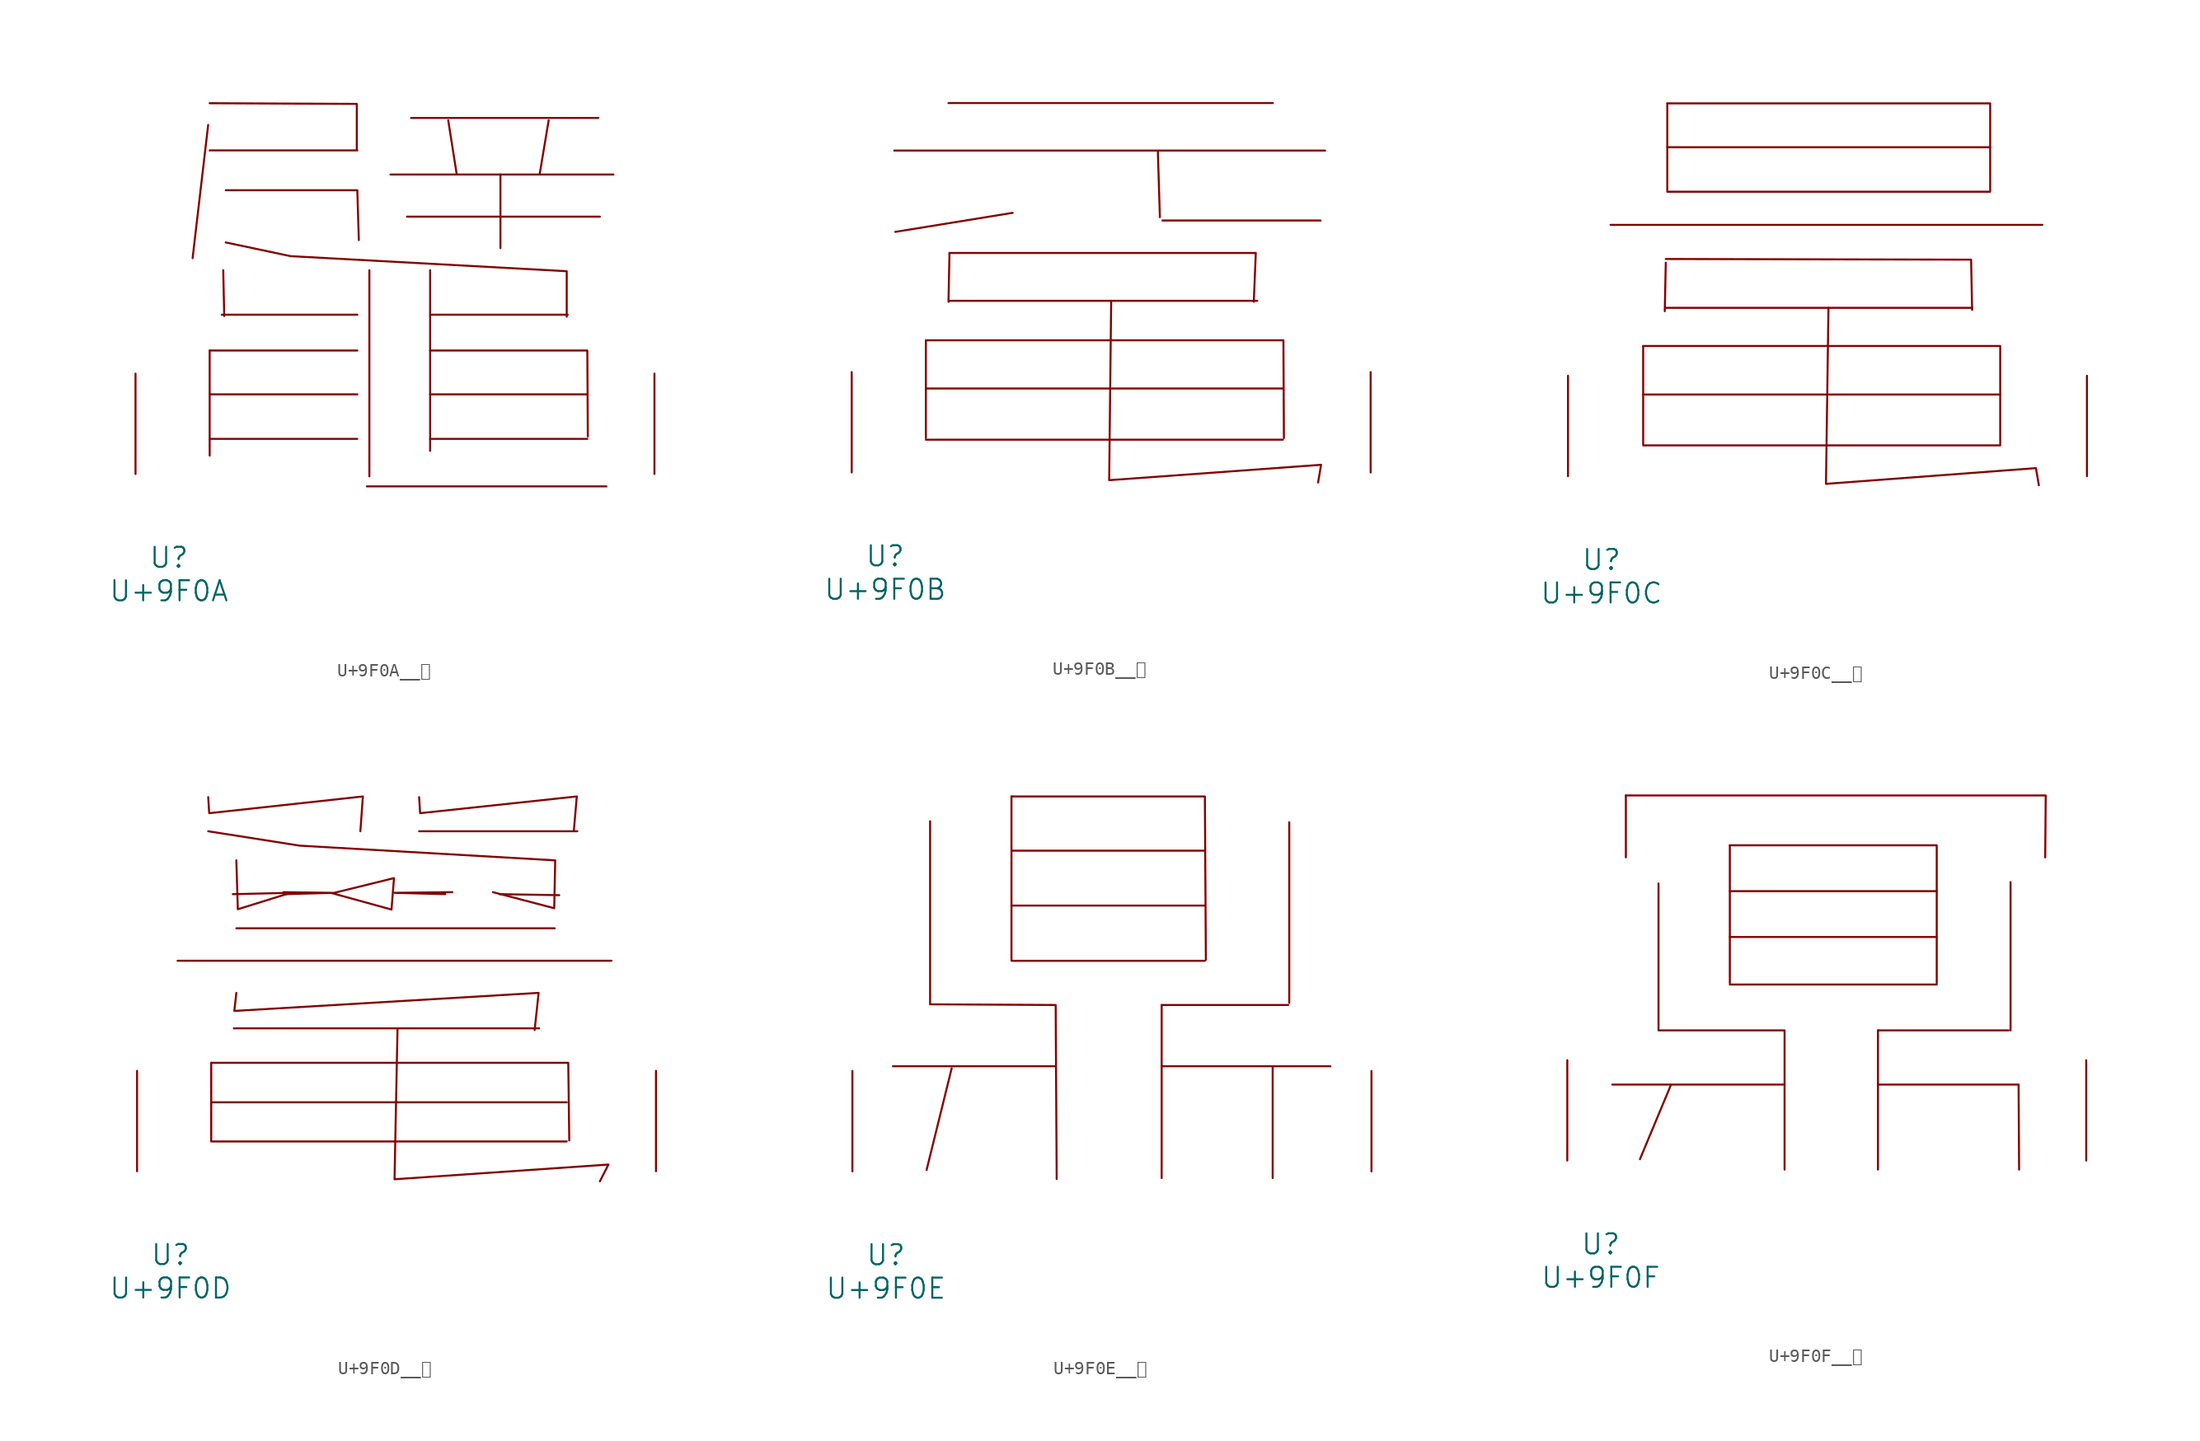
<source format=kicad_sym>
(kicad_symbol_lib
  (version 20231120)
  (generator "kicad_symbol_editor")
  (generator_version "8.0")
  (symbol "U+9F0A__鼊"
    (pin_names
      (offset 1.016))
    (property "Reference" "U"
      (at 0 -6.35 0)
      (effects (font (size 1.524 1.524))))
    (property "Value" "U+9F0A"
      (at 0 -8.89 0)
      (effects (font (size 1.524 1.524))))
    (symbol "U+9F0A__鼊_0_1"
      (polyline (pts (xy 2.972 26.492) (xy 1.791 16.383)) (stroke (width 0) (type solid)) (fill (type none)))
      (polyline (pts (xy 3.086 2.667) (xy 14.287 2.667)) (stroke (width 0) (type solid)) (fill (type none)))
      (polyline (pts (xy 3.086 6.045) (xy 14.287 6.045)) (stroke (width 0) (type solid)) (fill (type none)))
      (polyline (pts (xy 3.086 9.373) (xy 3.086 1.397)) (stroke (width 0) (type solid)) (fill (type none)))
      (polyline (pts (xy 3.086 9.373) (xy 14.287 9.373)) (stroke (width 0) (type solid)) (fill (type none)))
      (polyline (pts (xy 3.086 24.562) (xy 14.287 24.562)) (stroke (width 0) (type solid)) (fill (type none)))
      (polyline (pts (xy 4 12.09) (xy 14.287 12.09)) (stroke (width 0) (type solid)) (fill (type none)))
      (polyline (pts (xy 4.115 15.469) (xy 4.191 11.989)) (stroke (width 0) (type solid)) (fill (type none)))
      (polyline (pts (xy 15.011 -0.94) (xy 33.185 -0.94)) (stroke (width 0) (type solid)) (fill (type none)))
      (polyline (pts (xy 15.202 15.469) (xy 15.202 -0.178)) (stroke (width 0) (type solid)) (fill (type none)))
      (polyline (pts (xy 16.802 22.733) (xy 33.718 22.733)) (stroke (width 0) (type solid)) (fill (type none)))
      (polyline (pts (xy 18.059 19.533) (xy 32.69 19.533)) (stroke (width 0) (type solid)) (fill (type none)))
      (polyline (pts (xy 18.364 27.026) (xy 32.575 27.026)) (stroke (width 0) (type solid)) (fill (type none)))
      (polyline (pts (xy 19.812 2.667) (xy 31.737 2.667)) (stroke (width 0) (type solid)) (fill (type none)))
      (polyline (pts (xy 19.812 6.045) (xy 31.737 6.045)) (stroke (width 0) (type solid)) (fill (type none)))
      (polyline (pts (xy 19.812 12.09) (xy 30.251 12.09)) (stroke (width 0) (type solid)) (fill (type none)))
      (polyline (pts (xy 19.812 15.469) (xy 19.812 1.753)) (stroke (width 0) (type solid)) (fill (type none)))
      (polyline (pts (xy 21.184 26.848) (xy 21.831 22.733)) (stroke (width 0) (type solid)) (fill (type none)))
      (polyline (pts (xy 25.146 22.733) (xy 25.146 17.145)) (stroke (width 0) (type solid)) (fill (type none)))
      (polyline (pts (xy 28.804 26.848) (xy 28.118 22.733)) (stroke (width 0) (type solid)) (fill (type none)))
      (polyline (pts (xy 3.086 28.143) (xy 14.249 28.092) (xy 14.249 24.613)) (stroke (width 0) (type solid)) (fill (type none)))
      (polyline (pts (xy 4.305 21.539) (xy 14.287 21.539) (xy 14.402 17.755)) (stroke (width 0) (type solid)) (fill (type none)))
      (polyline (pts (xy 19.812 9.373) (xy 31.737 9.373) (xy 31.775 2.845)) (stroke (width 0) (type solid)) (fill (type none)))
      (polyline (pts (xy 4.305 17.577) (xy 9.22 16.535) (xy 30.175 15.392) (xy 30.175 11.938)) (stroke (width 0) (type solid)) (fill (type none)))
      (pin input line (at -2.54 0 90) (length 7.62) (name "~" (effects (font (size 1.27 1.27)))) (number "~" (effects (font (size 1.27 1.27)))))
      (pin input line (at 36.83 0 90) (length 7.62) (name "~" (effects (font (size 1.27 1.27)))) (number "~" (effects (font (size 1.27 1.27)))))))
  (symbol "U+9F0B__鼋"
    (pin_names
      (offset 1.016))
    (property "Reference" "U"
      (at 0 -6.35 0)
      (effects (font (size 1.524 1.524))))
    (property "Value" "U+9F0B"
      (at 0 -8.89 0)
      (effects (font (size 1.524 1.524))))
    (symbol "U+9F0B__鼋_0_1"
      (polyline (pts (xy 0.686 24.435) (xy 33.376 24.435)) (stroke (width 0) (type solid)) (fill (type none)))
      (polyline (pts (xy 3.086 2.489) (xy 30.175 2.489)) (stroke (width 0) (type solid)) (fill (type none)))
      (polyline (pts (xy 3.086 6.375) (xy 30.175 6.375)) (stroke (width 0) (type solid)) (fill (type none)))
      (polyline (pts (xy 3.086 10.033) (xy 3.086 2.616)) (stroke (width 0) (type solid)) (fill (type none)))
      (polyline (pts (xy 4.801 28.042) (xy 29.413 28.042)) (stroke (width 0) (type solid)) (fill (type none)))
      (polyline (pts (xy 4.877 13.03) (xy 28.232 13.03)) (stroke (width 0) (type solid)) (fill (type none)))
      (polyline (pts (xy 4.877 16.662) (xy 4.801 12.954)) (stroke (width 0) (type solid)) (fill (type none)))
      (polyline (pts (xy 9.677 19.71) (xy 0.762 18.263)) (stroke (width 0) (type solid)) (fill (type none)))
      (polyline (pts (xy 20.688 24.333) (xy 20.841 19.38)) (stroke (width 0) (type solid)) (fill (type none)))
      (polyline (pts (xy 21.031 19.126) (xy 33.033 19.126)) (stroke (width 0) (type solid)) (fill (type none)))
      (polyline (pts (xy 3.086 10.033) (xy 30.213 10.033) (xy 30.251 2.616)) (stroke (width 0) (type solid)) (fill (type none)))
      (polyline (pts (xy 4.877 16.662) (xy 28.118 16.662) (xy 27.965 12.954)) (stroke (width 0) (type solid)) (fill (type none)))
      (polyline (pts (xy 17.145 13.03) (xy 16.993 -0.584) (xy 33.071 0.584) (xy 32.842 -0.762)) (stroke (width 0) (type solid)) (fill (type none)))
      (pin input line (at -2.54 0 90) (length 7.62) (name "~" (effects (font (size 1.27 1.27)))) (number "~" (effects (font (size 1.27 1.27)))))
      (pin input line (at 36.83 0 90) (length 7.62) (name "~" (effects (font (size 1.27 1.27)))) (number "~" (effects (font (size 1.27 1.27)))))))
  (symbol "U+9F0C__鼌"
    (pin_names
      (offset 1.016))
    (property "Reference" "U"
      (at 0 -6.35 0)
      (effects (font (size 1.524 1.524))))
    (property "Value" "U+9F0C"
      (at 0 -8.89 0)
      (effects (font (size 1.524 1.524))))
    (symbol "U+9F0C__鼌_0_1"
      (polyline (pts (xy 0.686 19.075) (xy 33.452 19.075)) (stroke (width 0) (type solid)) (fill (type none)))
      (polyline (pts (xy 3.162 2.337) (xy 30.251 2.337)) (stroke (width 0) (type solid)) (fill (type none)))
      (polyline (pts (xy 3.162 6.198) (xy 30.251 6.198)) (stroke (width 0) (type solid)) (fill (type none)))
      (polyline (pts (xy 3.162 9.881) (xy 3.162 2.438)) (stroke (width 0) (type solid)) (fill (type none)))
      (polyline (pts (xy 4.877 12.776) (xy 28.118 12.776)) (stroke (width 0) (type solid)) (fill (type none)))
      (polyline (pts (xy 4.877 16.205) (xy 4.801 12.522)) (stroke (width 0) (type solid)) (fill (type none)))
      (polyline (pts (xy 4.991 21.59) (xy 29.489 21.59)) (stroke (width 0) (type solid)) (fill (type none)))
      (polyline (pts (xy 4.991 24.968) (xy 29.489 24.968)) (stroke (width 0) (type solid)) (fill (type none)))
      (polyline (pts (xy 4.991 28.296) (xy 4.991 21.692)) (stroke (width 0) (type solid)) (fill (type none)))
      (polyline (pts (xy 3.162 9.881) (xy 30.251 9.881) (xy 30.251 2.438)) (stroke (width 0) (type solid)) (fill (type none)))
      (polyline (pts (xy 4.877 16.485) (xy 28.042 16.434) (xy 28.118 12.624)) (stroke (width 0) (type solid)) (fill (type none)))
      (polyline (pts (xy 4.991 28.296) (xy 29.489 28.296) (xy 29.489 21.692)) (stroke (width 0) (type solid)) (fill (type none)))
      (polyline (pts (xy 17.221 12.776) (xy 17.031 -0.584) (xy 32.956 0.61) (xy 33.185 -0.686)) (stroke (width 0) (type solid)) (fill (type none)))
      (pin input line (at -2.54 0 90) (length 7.62) (name "~" (effects (font (size 1.27 1.27)))) (number "~" (effects (font (size 1.27 1.27)))))
      (pin input line (at 36.83 0 90) (length 7.62) (name "~" (effects (font (size 1.27 1.27)))) (number "~" (effects (font (size 1.27 1.27)))))))
  (symbol "U+9F0D__鼍"
    (pin_names
      (offset 1.016))
    (property "Reference" "U"
      (at 0 -6.35 0)
      (effects (font (size 1.524 1.524))))
    (property "Value" "U+9F0D"
      (at 0 -8.89 0)
      (effects (font (size 1.524 1.524))))
    (symbol "U+9F0D__鼍_0_1"
      (polyline (pts (xy 0.533 15.977) (xy 33.452 15.977)) (stroke (width 0) (type solid)) (fill (type none)))
      (polyline (pts (xy 3.086 2.261) (xy 30.061 2.261)) (stroke (width 0) (type solid)) (fill (type none)))
      (polyline (pts (xy 3.086 5.232) (xy 30.061 5.232)) (stroke (width 0) (type solid)) (fill (type none)))
      (polyline (pts (xy 3.086 8.23) (xy 3.086 2.337)) (stroke (width 0) (type solid)) (fill (type none)))
      (polyline (pts (xy 4.801 10.846) (xy 27.965 10.846)) (stroke (width 0) (type solid)) (fill (type none)))
      (polyline (pts (xy 4.991 18.44) (xy 29.146 18.44)) (stroke (width 0) (type solid)) (fill (type none)))
      (polyline (pts (xy 18.86 25.806) (xy 30.861 25.806)) (stroke (width 0) (type solid)) (fill (type none)))
      (polyline (pts (xy 24.956 21.031) (xy 29.489 20.955)) (stroke (width 0) (type solid)) (fill (type none)))
      (polyline (pts (xy 3.086 8.23) (xy 30.175 8.23) (xy 30.251 2.337)) (stroke (width 0) (type solid)) (fill (type none)))
      (polyline (pts (xy 20.841 21.031) (xy 16.993 21.133) (xy 21.374 21.184)) (stroke (width 0) (type solid)) (fill (type none)))
      (polyline (pts (xy 2.857 28.397) (xy 2.934 27.178) (xy 14.592 28.448) (xy 14.402 25.806)) (stroke (width 0) (type solid)) (fill (type none)))
      (polyline (pts (xy 4.991 13.538) (xy 4.839 12.167) (xy 27.927 13.538) (xy 27.622 10.719)) (stroke (width 0) (type solid)) (fill (type none)))
      (polyline (pts (xy 4.991 23.597) (xy 5.105 19.888) (xy 9.106 21.133) (xy 4.724 21.031)) (stroke (width 0) (type solid)) (fill (type none)))
      (polyline (pts (xy 17.221 10.846) (xy 16.993 -0.61) (xy 33.223 0.508) (xy 32.575 -0.762)) (stroke (width 0) (type solid)) (fill (type none)))
      (polyline (pts (xy 18.86 28.397) (xy 18.936 27.178) (xy 30.823 28.448) (xy 30.594 25.806)) (stroke (width 0) (type solid)) (fill (type none)))
      (polyline (pts (xy 2.857 25.806) (xy 9.792 24.714) (xy 29.185 23.597) (xy 29.108 19.964) (xy 24.46 21.184)) (stroke (width 0) (type solid)) (fill (type none)))
      (polyline (pts (xy 8.687 21.031) (xy 12.421 21.133) (xy 16.954 22.25) (xy 16.764 19.863) (xy 12.154 21.133) (xy 8.572 21.184)) (stroke (width 0) (type solid)) (fill (type none)))
      (pin input line (at -2.54 0 90) (length 7.62) (name "~" (effects (font (size 1.27 1.27)))) (number "~" (effects (font (size 1.27 1.27)))))
      (pin input line (at 36.83 0 90) (length 7.62) (name "~" (effects (font (size 1.27 1.27)))) (number "~" (effects (font (size 1.27 1.27)))))))
  (symbol "U+9F0E__鼎"
    (pin_names
      (offset 1.016))
    (property "Reference" "U"
      (at 0 -6.35 0)
      (effects (font (size 1.524 1.524))))
    (property "Value" "U+9F0E"
      (at 0 -8.89 0)
      (effects (font (size 1.524 1.524))))
    (symbol "U+9F0E__鼎_0_1"
      (polyline (pts (xy 0.533 7.976) (xy 12.878 7.976)) (stroke (width 0) (type solid)) (fill (type none)))
      (polyline (pts (xy 4.991 7.823) (xy 3.086 0.102)) (stroke (width 0) (type solid)) (fill (type none)))
      (polyline (pts (xy 9.525 15.977) (xy 24.194 15.977)) (stroke (width 0) (type solid)) (fill (type none)))
      (polyline (pts (xy 9.525 20.168) (xy 24.194 20.168)) (stroke (width 0) (type solid)) (fill (type none)))
      (polyline (pts (xy 9.525 24.333) (xy 24.194 24.333)) (stroke (width 0) (type solid)) (fill (type none)))
      (polyline (pts (xy 9.525 28.448) (xy 9.525 16.053)) (stroke (width 0) (type solid)) (fill (type none)))
      (polyline (pts (xy 20.917 7.976) (xy 33.718 7.976)) (stroke (width 0) (type solid)) (fill (type none)))
      (polyline (pts (xy 20.917 12.624) (xy 20.917 -0.508)) (stroke (width 0) (type solid)) (fill (type none)))
      (polyline (pts (xy 20.917 12.624) (xy 30.518 12.624)) (stroke (width 0) (type solid)) (fill (type none)))
      (polyline (pts (xy 29.337 7.976) (xy 29.337 -0.508)) (stroke (width 0) (type solid)) (fill (type none)))
      (polyline (pts (xy 30.594 26.492) (xy 30.594 12.776)) (stroke (width 0) (type solid)) (fill (type none)))
      (polyline (pts (xy 9.525 28.448) (xy 24.194 28.448) (xy 24.27 16.053)) (stroke (width 0) (type solid)) (fill (type none)))
      (polyline (pts (xy 3.353 26.568) (xy 3.353 12.675) (xy 12.878 12.624) (xy 12.954 -0.584)) (stroke (width 0) (type solid)) (fill (type none)))
      (pin input line (at -2.54 0 90) (length 7.62) (name "~" (effects (font (size 1.27 1.27)))) (number "~" (effects (font (size 1.27 1.27)))))
      (pin input line (at 36.83 0 90) (length 7.62) (name "~" (effects (font (size 1.27 1.27)))) (number "~" (effects (font (size 1.27 1.27)))))))
  (symbol "U+9F0F__鼏"
    (pin_names
      (offset 1.016))
    (property "Reference" "U"
      (at 0 -6.35 0)
      (effects (font (size 1.524 1.524))))
    (property "Value" "U+9F0F"
      (at 0 -8.89 0)
      (effects (font (size 1.524 1.524))))
    (symbol "U+9F0F__鼏_0_1"
      (polyline (pts (xy 0.876 5.766) (xy 13.945 5.766)) (stroke (width 0) (type solid)) (fill (type none)))
      (polyline (pts (xy 1.905 27.711) (xy 1.905 23.012)) (stroke (width 0) (type solid)) (fill (type none)))
      (polyline (pts (xy 5.334 5.766) (xy 2.972 0.102)) (stroke (width 0) (type solid)) (fill (type none)))
      (polyline (pts (xy 9.792 13.36) (xy 25.489 13.36)) (stroke (width 0) (type solid)) (fill (type none)))
      (polyline (pts (xy 9.792 16.967) (xy 25.489 16.967)) (stroke (width 0) (type solid)) (fill (type none)))
      (polyline (pts (xy 9.792 20.447) (xy 25.489 20.447)) (stroke (width 0) (type solid)) (fill (type none)))
      (polyline (pts (xy 9.792 23.927) (xy 9.792 13.462)) (stroke (width 0) (type solid)) (fill (type none)))
      (polyline (pts (xy 21.031 9.881) (xy 21.031 -0.686)) (stroke (width 0) (type solid)) (fill (type none)))
      (polyline (pts (xy 21.031 9.881) (xy 30.937 9.881)) (stroke (width 0) (type solid)) (fill (type none)))
      (polyline (pts (xy 31.09 21.133) (xy 31.09 9.881)) (stroke (width 0) (type solid)) (fill (type none)))
      (polyline (pts (xy 1.905 27.711) (xy 33.757 27.711) (xy 33.718 23.012)) (stroke (width 0) (type solid)) (fill (type none)))
      (polyline (pts (xy 9.792 23.927) (xy 25.489 23.927) (xy 25.489 13.462)) (stroke (width 0) (type solid)) (fill (type none)))
      (polyline (pts (xy 21.031 5.766) (xy 31.699 5.766) (xy 31.737 -0.686)) (stroke (width 0) (type solid)) (fill (type none)))
      (polyline (pts (xy 4.381 21.031) (xy 4.381 9.881) (xy 13.945 9.881) (xy 13.945 -0.686)) (stroke (width 0) (type solid)) (fill (type none)))
      (pin input line (at -2.54 0 90) (length 7.62) (name "~" (effects (font (size 1.27 1.27)))) (number "~" (effects (font (size 1.27 1.27)))))
      (pin input line (at 36.83 0 90) (length 7.62) (name "~" (effects (font (size 1.27 1.27)))) (number "~" (effects (font (size 1.27 1.27))))))))
</source>
